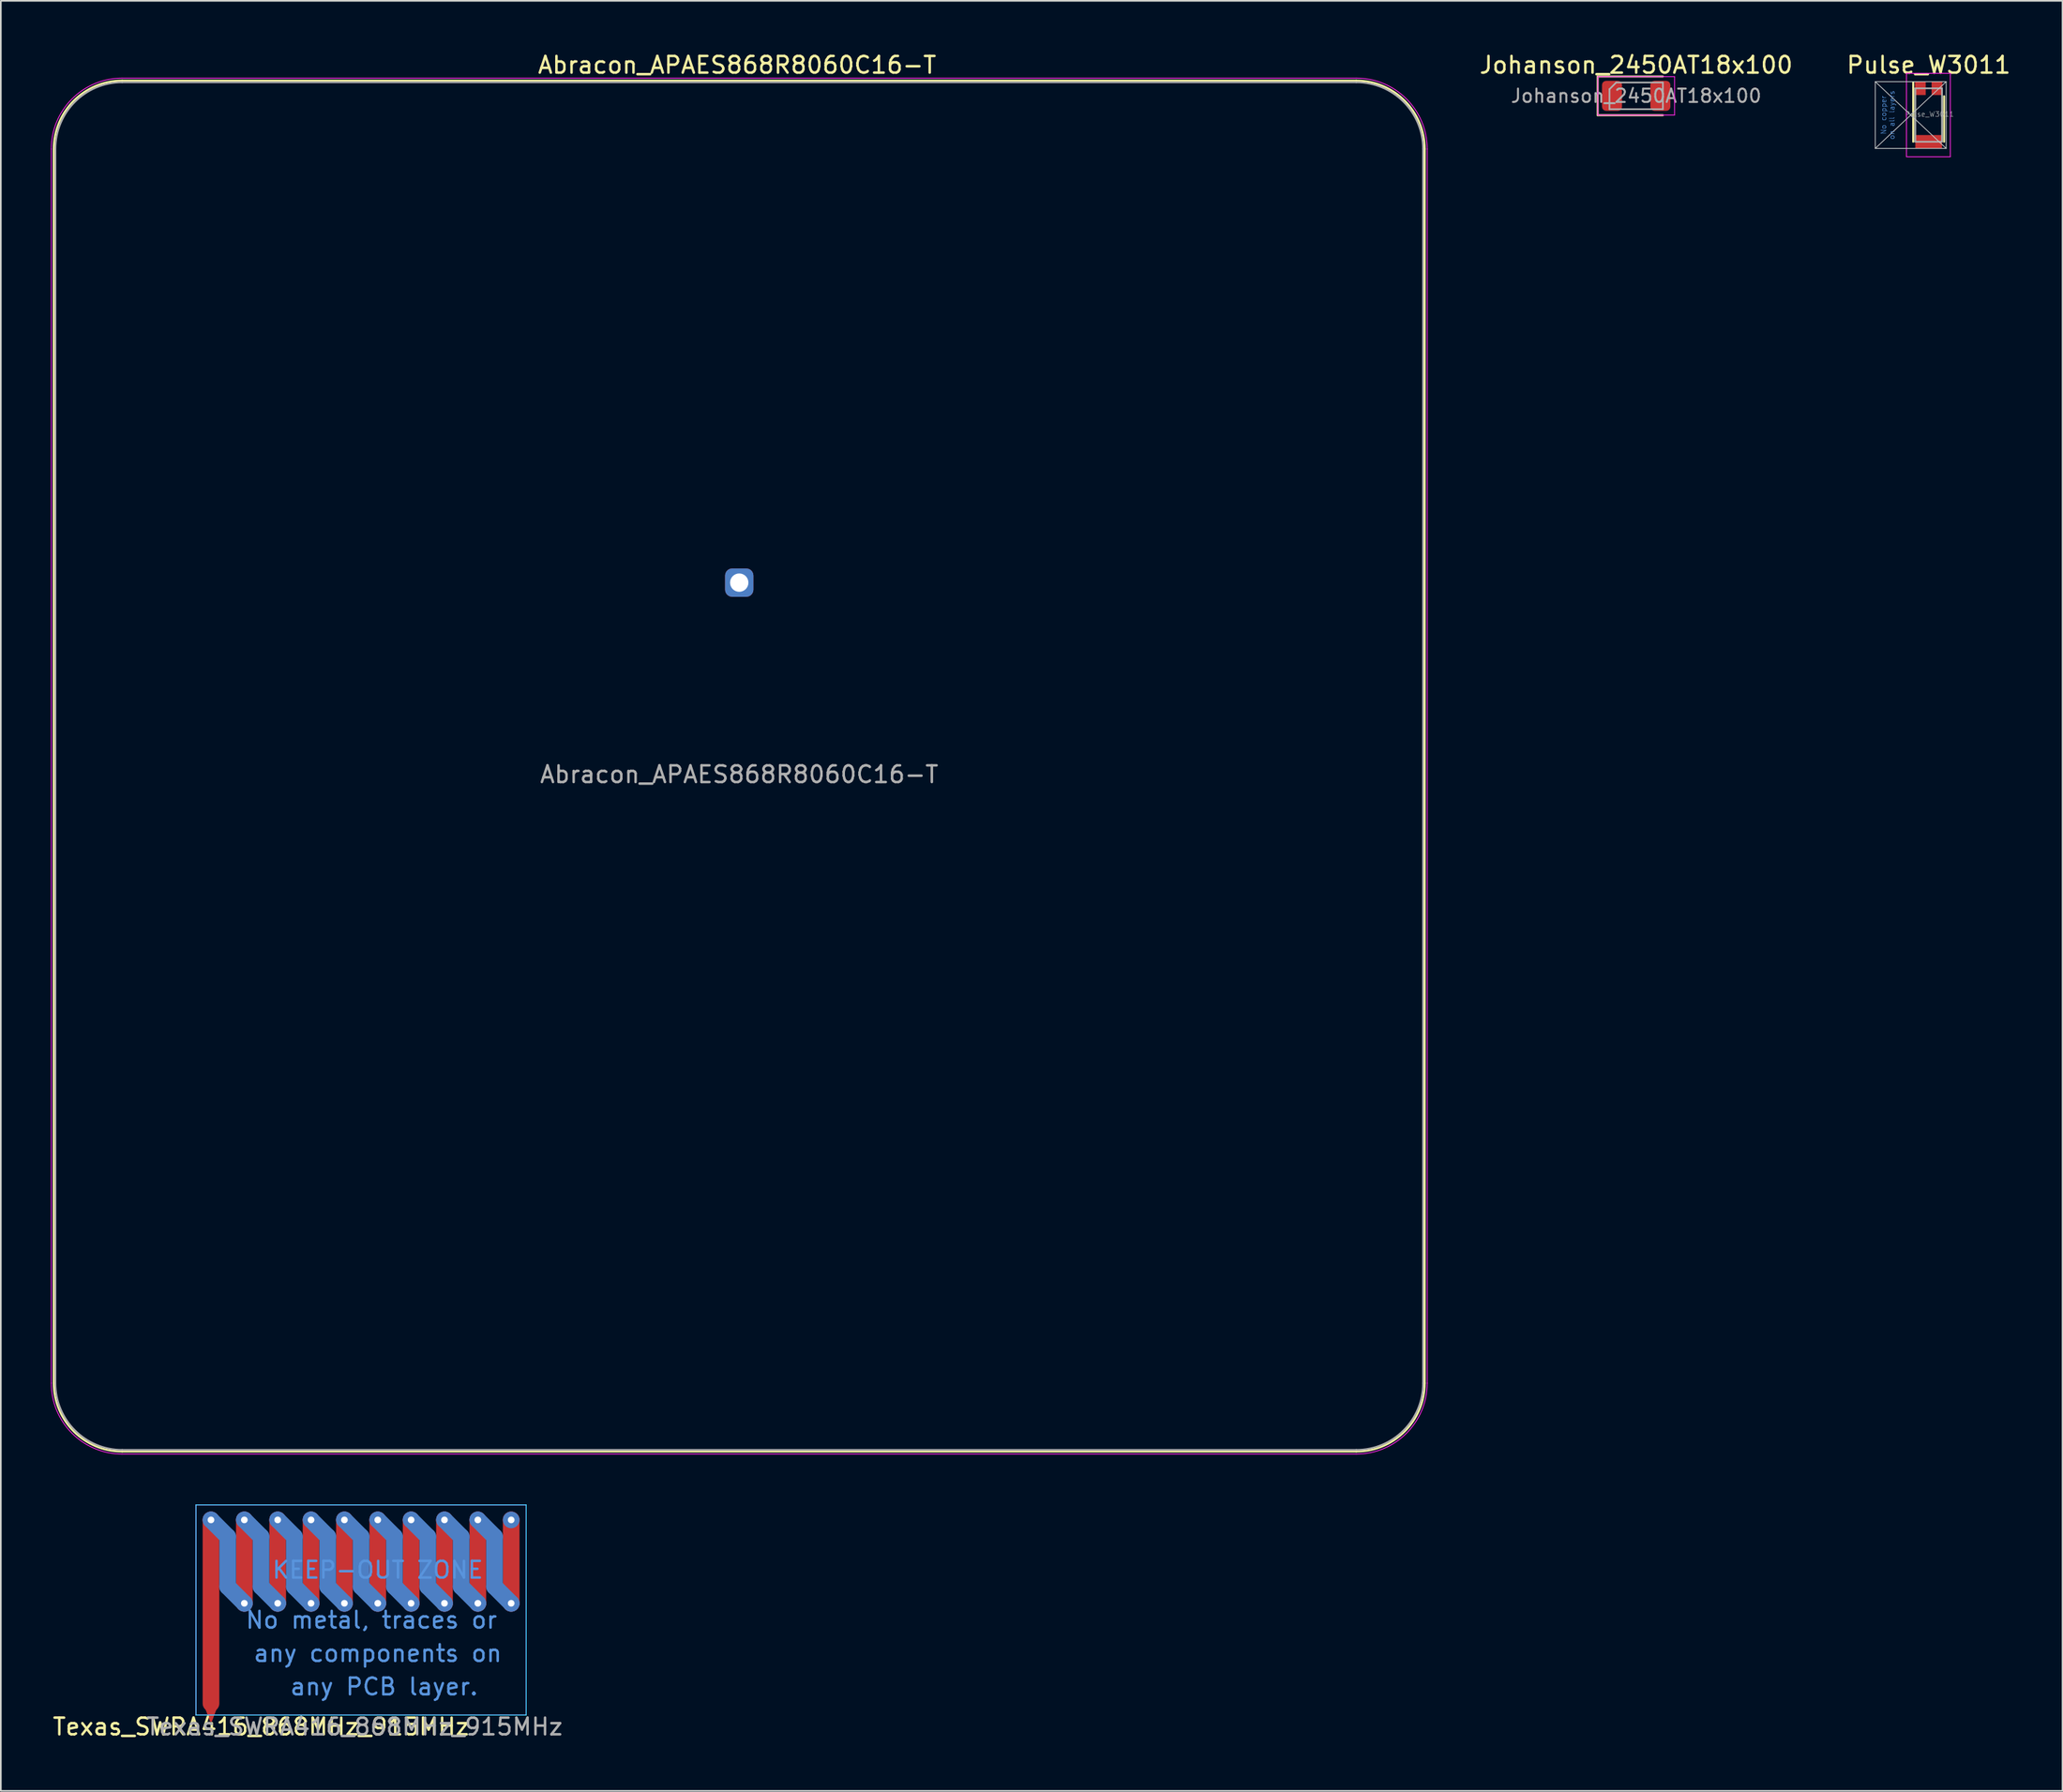
<source format=kicad_pcb>
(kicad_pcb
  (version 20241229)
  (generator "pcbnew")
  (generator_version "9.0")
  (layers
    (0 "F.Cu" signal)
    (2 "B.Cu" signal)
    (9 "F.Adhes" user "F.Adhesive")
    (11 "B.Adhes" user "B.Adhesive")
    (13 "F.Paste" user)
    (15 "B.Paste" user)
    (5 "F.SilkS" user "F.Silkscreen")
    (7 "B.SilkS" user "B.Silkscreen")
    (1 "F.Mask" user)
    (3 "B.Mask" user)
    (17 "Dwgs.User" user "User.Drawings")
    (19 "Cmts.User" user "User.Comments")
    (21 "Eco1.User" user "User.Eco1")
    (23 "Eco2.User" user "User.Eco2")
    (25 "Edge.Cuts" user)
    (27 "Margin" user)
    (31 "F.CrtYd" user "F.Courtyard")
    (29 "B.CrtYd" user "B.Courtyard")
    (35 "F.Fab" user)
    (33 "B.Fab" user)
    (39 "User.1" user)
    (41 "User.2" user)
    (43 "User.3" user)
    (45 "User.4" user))
  (footprint "Pulse_W3011"
    (layer "F.Cu")
    (at 112.592 3.848)
    (property "Reference" "Pulse_W3011" (at 0 -3 0) (layer "F.SilkS") (effects (font (size 1 1) (thickness 0.15))))
    (attr smd)
    (fp_line (start -0.925 1.6) (end -0.925 -1.95) (stroke (width 0.12) (type solid)) (layer "F.SilkS"))
    (fp_line (start 0.925 1.6) (end 0.925 -1.125) (stroke (width 0.12) (type solid)) (layer "F.SilkS"))
    (fp_line (start -3.2 -2) (end -3.2 2) (stroke (width 0.05) (type solid)) (layer "Dwgs.User"))
    (fp_line (start -3.2 -2) (end 1.05 2) (stroke (width 0.05) (type solid)) (layer "Dwgs.User"))
    (fp_line (start -3.2 2) (end 1.05 2) (stroke (width 0.05) (type solid)) (layer "Dwgs.User"))
    (fp_line (start 1.05 -2) (end -3.2 -2) (stroke (width 0.05) (type solid)) (layer "Dwgs.User"))
    (fp_line (start 1.05 -2) (end -3.2 2) (stroke (width 0.05) (type solid)) (layer "Dwgs.User"))
    (fp_line (start 1.05 2) (end 1.05 -2) (stroke (width 0.05) (type solid)) (layer "Dwgs.User"))
    (fp_line (start -1.33 -2.5) (end -1.33 2.5) (stroke (width 0.05) (type solid)) (layer "F.CrtYd"))
    (fp_line (start -1.33 -2.5) (end 1.3 -2.5) (stroke (width 0.05) (type solid)) (layer "F.CrtYd"))
    (fp_line (start -1.33 2.5) (end 1.3 2.5) (stroke (width 0.05) (type solid)) (layer "F.CrtYd"))
    (fp_line (start 1.3 -2.5) (end 1.3 2.5) (stroke (width 0.05) (type solid)) (layer "F.CrtYd"))
    (fp_line (start -0.8 -1.6) (end 0.8 -1.6) (stroke (width 0.1) (type solid)) (layer "F.Fab"))
    (fp_line (start -0.8 1.6) (end -0.8 -1.6) (stroke (width 0.1) (type solid)) (layer "F.Fab"))
    (fp_line (start -0.8 1.6) (end 0.8 1.6) (stroke (width 0.1) (type solid)) (layer "F.Fab"))
    (fp_line (start 0.8 1.6) (end 0.8 -1.6) (stroke (width 0.1) (type solid)) (layer "F.Fab"))
    (fp_text user "No copper" (at -2.7 0 90) (layer "Cmts.User") (effects (font (size 0.3 0.3) (thickness 0.03))))
    (fp_text user "on all layers" (at -2.2 0 90) (layer "Cmts.User") (effects (font (size 0.3 0.3) (thickness 0.03))))
    (fp_text user "${REFERENCE}" (at 0.05 -0.05 0) (layer "F.Fab") (effects (font (size 0.3 0.3) (thickness 0.03))))
    (pad "1" smd trapezoid (at -0.5 -1.6 90) (size 0.8 0.65) (layers "F.Cu" "F.Mask" "F.Paste"))
    (pad "2" smd trapezoid (at 0 1.6 90) (size 0.8 1.6) (layers "F.Cu" "F.Mask" "F.Paste"))
    (pad "2" smd trapezoid (at 0.5 -1.6 90) (size 0.8 0.65) (layers "F.Cu" "F.Mask" "F.Paste")))
  (footprint "Johanson_2450AT18x100"
    (layer "F.Cu")
    (at 95.056 2.698)
    (property "Reference" "Johanson_2450AT18x100" (at 0 -1.85 0) (layer "F.SilkS") (effects (font (size 1 1) (thickness 0.15))))
    (attr smd)
    (fp_line (start -2.31 -1.16) (end -2.31 1.16) (stroke (width 0.12) (type solid)) (layer "F.SilkS"))
    (fp_line (start -2.31 1.16) (end 1.6 1.16) (stroke (width 0.12) (type solid)) (layer "F.SilkS"))
    (fp_line (start 1.6 -1.16) (end -2.31 -1.16) (stroke (width 0.12) (type solid)) (layer "F.SilkS"))
    (fp_line (start -2.3 -1.15) (end 2.3 -1.15) (stroke (width 0.05) (type solid)) (layer "F.CrtYd"))
    (fp_line (start -2.3 1.15) (end -2.3 -1.15) (stroke (width 0.05) (type solid)) (layer "F.CrtYd"))
    (fp_line (start 2.3 -1.15) (end 2.3 1.15) (stroke (width 0.05) (type solid)) (layer "F.CrtYd"))
    (fp_line (start 2.3 1.15) (end -2.3 1.15) (stroke (width 0.05) (type solid)) (layer "F.CrtYd"))
    (fp_line (start -1.6 -0.4) (end -1.6 0.8) (stroke (width 0.1) (type solid)) (layer "F.Fab"))
    (fp_line (start -1.6 0.8) (end 1.6 0.8) (stroke (width 0.1) (type solid)) (layer "F.Fab"))
    (fp_line (start -1.2 -0.8) (end -1.6 -0.4) (stroke (width 0.1) (type solid)) (layer "F.Fab"))
    (fp_line (start 1.6 -0.8) (end -1.2 -0.8) (stroke (width 0.1) (type solid)) (layer "F.Fab"))
    (fp_line (start 1.6 0.8) (end 1.6 -0.8) (stroke (width 0.1) (type solid)) (layer "F.Fab"))
    (fp_text user "${REFERENCE}" (at 0 0 0) (layer "F.Fab") (effects (font (size 0.8 0.8) (thickness 0.12))))
    (pad "1" smd roundrect (at -1.45 0) (size 1.2 1.8) (layers "F.Cu" "F.Mask" "F.Paste") (roundrect_rratio 0.208))
    (pad "2" smd roundrect (at 1.45 0) (size 1.2 1.8) (layers "F.Cu" "F.Mask" "F.Paste") (roundrect_rratio 0.208)))
  (footprint "Texas_SWRA416_868MHz_915MHz"
    (layer "F.Cu")
    (at 18.601 93.885)
    (property "Reference" "Texas_SWRA416_868MHz_915MHz" (at -6 6.6 0) (layer "F.SilkS") (effects (font (size 1 1) (thickness 0.15))))
    (attr smd)
    (fp_line (start -9 5.2) (end -9 -5.8) (stroke (width 1) (type solid)) (layer "F.Cu"))
    (fp_line (start -7 -5.8) (end -7 -0.8) (stroke (width 1) (type solid)) (layer "F.Cu"))
    (fp_line (start -5 -5.8) (end -5 -0.8) (stroke (width 1) (type solid)) (layer "F.Cu"))
    (fp_line (start -3 -5.8) (end -3 -0.8) (stroke (width 1) (type solid)) (layer "F.Cu"))
    (fp_line (start -1 -5.8) (end -1 -0.8) (stroke (width 1) (type solid)) (layer "F.Cu"))
    (fp_line (start 1 -5.8) (end 1 -0.8) (stroke (width 1) (type solid)) (layer "F.Cu"))
    (fp_line (start 3 -5.8) (end 3 -0.8) (stroke (width 1) (type solid)) (layer "F.Cu"))
    (fp_line (start 5 -5.8) (end 5 -0.8) (stroke (width 1) (type solid)) (layer "F.Cu"))
    (fp_line (start 7 -5.8) (end 7 -0.8) (stroke (width 1) (type solid)) (layer "F.Cu"))
    (fp_line (start 9 -5.8) (end 9 -0.8) (stroke (width 1) (type solid)) (layer "F.Cu"))
    (fp_line (start -9 -5.8) (end -8 -4.8) (stroke (width 1) (type solid)) (layer "B.Cu"))
    (fp_line (start -8 -4.8) (end -8 -1.8) (stroke (width 1) (type solid)) (layer "B.Cu"))
    (fp_line (start -8 -1.8) (end -7 -0.8) (stroke (width 1) (type solid)) (layer "B.Cu"))
    (fp_line (start -7 -5.8) (end -6 -4.8) (stroke (width 1) (type solid)) (layer "B.Cu"))
    (fp_line (start -6 -4.8) (end -6 -1.8) (stroke (width 1) (type solid)) (layer "B.Cu"))
    (fp_line (start -6 -1.8) (end -5 -0.8) (stroke (width 1) (type solid)) (layer "B.Cu"))
    (fp_line (start -5 -5.8) (end -4 -4.8) (stroke (width 1) (type solid)) (layer "B.Cu"))
    (fp_line (start -4 -4.8) (end -4 -1.8) (stroke (width 1) (type solid)) (layer "B.Cu"))
    (fp_line (start -4 -1.8) (end -3 -0.8) (stroke (width 1) (type solid)) (layer "B.Cu"))
    (fp_line (start -3 -5.8) (end -2 -4.8) (stroke (width 1) (type solid)) (layer "B.Cu"))
    (fp_line (start -2 -4.8) (end -2 -1.8) (stroke (width 1) (type solid)) (layer "B.Cu"))
    (fp_line (start -2 -1.8) (end -1 -0.8) (stroke (width 1) (type solid)) (layer "B.Cu"))
    (fp_line (start -1 -5.8) (end 0 -4.8) (stroke (width 1) (type solid)) (layer "B.Cu"))
    (fp_line (start 0 -4.8) (end 0 -1.8) (stroke (width 1) (type solid)) (layer "B.Cu"))
    (fp_line (start 0 -1.8) (end 1 -0.8) (stroke (width 1) (type solid)) (layer "B.Cu"))
    (fp_line (start 1 -5.8) (end 2 -4.8) (stroke (width 1) (type solid)) (layer "B.Cu"))
    (fp_line (start 2 -4.8) (end 2 -1.8) (stroke (width 1) (type solid)) (layer "B.Cu"))
    (fp_line (start 2 -1.8) (end 3 -0.8) (stroke (width 1) (type solid)) (layer "B.Cu"))
    (fp_line (start 3 -5.8) (end 4 -4.8) (stroke (width 1) (type solid)) (layer "B.Cu"))
    (fp_line (start 4 -4.8) (end 4 -1.8) (stroke (width 1) (type solid)) (layer "B.Cu"))
    (fp_line (start 4 -1.8) (end 5 -0.8) (stroke (width 1) (type solid)) (layer "B.Cu"))
    (fp_line (start 5 -5.8) (end 6 -4.8) (stroke (width 1) (type solid)) (layer "B.Cu"))
    (fp_line (start 6 -4.8) (end 6 -1.8) (stroke (width 1) (type solid)) (layer "B.Cu"))
    (fp_line (start 6 -1.8) (end 7 -0.8) (stroke (width 1) (type solid)) (layer "B.Cu"))
    (fp_line (start 7 -5.8) (end 8 -4.8) (stroke (width 1) (type solid)) (layer "B.Cu"))
    (fp_line (start 8 -4.8) (end 8 -1.8) (stroke (width 1) (type solid)) (layer "B.Cu"))
    (fp_line (start 8 -1.8) (end 9 -0.8) (stroke (width 1) (type solid)) (layer "B.Cu"))
    (fp_line (start -9.9 -6.7) (end -9.9 5.9) (stroke (width 0.05) (type solid)) (layer "B.CrtYd"))
    (fp_line (start -9.9 5.9) (end 9.9 5.9) (stroke (width 0.05) (type solid)) (layer "B.CrtYd"))
    (fp_line (start 9.9 -6.7) (end -9.9 -6.7) (stroke (width 0.05) (type solid)) (layer "B.CrtYd"))
    (fp_line (start 9.9 5.9) (end 9.9 -6.7) (stroke (width 0.05) (type solid)) (layer "B.CrtYd"))
    (fp_line (start -9.9 -6.7) (end -9.9 5.9) (stroke (width 0.05) (type solid)) (layer "F.CrtYd"))
    (fp_line (start -9.9 5.9) (end 9.9 5.9) (stroke (width 0.05) (type solid)) (layer "F.CrtYd"))
    (fp_line (start 9.9 -6.7) (end -9.9 -6.7) (stroke (width 0.05) (type solid)) (layer "F.CrtYd"))
    (fp_line (start 9.9 5.9) (end 9.9 -6.7) (stroke (width 0.05) (type solid)) (layer "F.CrtYd"))
    (fp_text user "any components on" (at 1 2.2 0) (layer "Cmts.User") (effects (font (size 1 1) (thickness 0.15))))
    (fp_text user "No metal, traces or " (at 1 0.2 0) (layer "Cmts.User") (effects (font (size 1 1) (thickness 0.15))))
    (fp_text user " any PCB layer." (at 1 4.2 0) (layer "Cmts.User") (effects (font (size 1 1) (thickness 0.15))))
    (fp_text user "KEEP-OUT ZONE" (at 1 -2.8 0) (layer "Cmts.User") (effects (font (size 1 1) (thickness 0.15))))
    (fp_text user "${REFERENCE}" (at -0.4 6.6 0) (layer "F.Fab") (effects (font (size 1 1) (thickness 0.15))))
    (pad "" thru_hole circle (at -9 -5.8 180) (size 1 1) (drill 0.4) (layers "*.Cu"))
    (pad "" thru_hole circle (at -7 -5.8 180) (size 1 1) (drill 0.4) (layers "*.Cu"))
    (pad "" thru_hole circle (at -7 -0.8 180) (size 1 1) (drill 0.4) (layers "*.Cu"))
    (pad "" thru_hole circle (at -5 -5.8 180) (size 1 1) (drill 0.4) (layers "*.Cu"))
    (pad "" thru_hole circle (at -5 -0.8 180) (size 1 1) (drill 0.4) (layers "*.Cu"))
    (pad "" thru_hole circle (at -3 -5.8 180) (size 1 1) (drill 0.4) (layers "*.Cu"))
    (pad "" thru_hole circle (at -3 -0.8 180) (size 1 1) (drill 0.4) (layers "*.Cu"))
    (pad "" thru_hole circle (at -1 -5.8 180) (size 1 1) (drill 0.4) (layers "*.Cu"))
    (pad "" thru_hole circle (at -1 -0.8 180) (size 1 1) (drill 0.4) (layers "*.Cu"))
    (pad "" thru_hole circle (at 1 -5.8 180) (size 1 1) (drill 0.4) (layers "*.Cu"))
    (pad "" thru_hole circle (at 1 -0.8 180) (size 1 1) (drill 0.4) (layers "*.Cu"))
    (pad "" thru_hole circle (at 3 -5.8 180) (size 1 1) (drill 0.4) (layers "*.Cu"))
    (pad "" thru_hole circle (at 3 -0.8 180) (size 1 1) (drill 0.4) (layers "*.Cu"))
    (pad "" thru_hole circle (at 5 -5.8 180) (size 1 1) (drill 0.4) (layers "*.Cu"))
    (pad "" thru_hole circle (at 5 -0.8 180) (size 1 1) (drill 0.4) (layers "*.Cu"))
    (pad "" thru_hole circle (at 7 -5.8 180) (size 1 1) (drill 0.4) (layers "*.Cu"))
    (pad "" thru_hole circle (at 7 -0.8 180) (size 1 1) (drill 0.4) (layers "*.Cu"))
    (pad "" thru_hole circle (at 9 -5.8 180) (size 1 1) (drill 0.4) (layers "*.Cu"))
    (pad "" thru_hole circle (at 9 -0.8 180) (size 1 1) (drill 0.4) (layers "*.Cu"))
    (pad "1" smd trapezoid (at -9 5.9 180) (size 0.4 0.8) (rect_delta 0 0.3) (layers "F.Cu"))
    (zone (net_name "") (layer "F.Cu") (hatch full 0.508) (connect_pads) (min_thickness 0.254) (filled_areas_thickness no) (keepout (tracks allowed) (vias allowed) (pads allowed) (copperpour not_allowed) (footprints not_allowed)) (placement (enabled no)) (fill) (polygon (pts (xy 8.901 99.585) (xy 28.301 99.585) (xy 28.301 87.385) (xy 8.901 87.385)))))
  (footprint "Abracon_APAES868R8060C16-T"
    (layer "F.Cu")
    (at 41.275 31.885)
    (property "Reference" "Abracon_APAES868R8060C16-T" (at 0 11.5 0) (layer "F.Fab") (effects (font (size 1 1) (thickness 0.15))))
    (attr through_hole)
    (fp_line (start -41.1 48) (end -41.1 -26) (stroke (width 0.12) (type solid)) (layer "F.SilkS"))
    (fp_line (start -37 -30.1) (end 37 -30.1) (stroke (width 0.12) (type solid)) (layer "F.SilkS"))
    (fp_line (start 37 52.1) (end -37 52.1) (stroke (width 0.12) (type solid)) (layer "F.SilkS"))
    (fp_line (start 41.1 -26) (end 41.1 48) (stroke (width 0.12) (type solid)) (layer "F.SilkS"))
    (fp_arc (start -41.1 -26) (mid -39.899138 -28.899138) (end -37 -30.1) (stroke (width 0.12) (type solid)) (layer "F.SilkS"))
    (fp_arc (start -37 52.1) (mid -39.899138 50.899138) (end -41.1 48) (stroke (width 0.12) (type solid)) (layer "F.SilkS"))
    (fp_arc (start 37 -30.1) (mid 39.899138 -28.899138) (end 41.1 -26) (stroke (width 0.12) (type solid)) (layer "F.SilkS"))
    (fp_arc (start 41.1 48) (mid 39.899138 50.899138) (end 37 52.1) (stroke (width 0.12) (type solid)) (layer "F.SilkS"))
    (fp_line (start -41.25 48) (end -41.25 -26) (stroke (width 0.05) (type solid)) (layer "F.CrtYd"))
    (fp_line (start -37 -30.25) (end 37 -30.25) (stroke (width 0.05) (type solid)) (layer "F.CrtYd"))
    (fp_line (start 37 52.25) (end -37 52.25) (stroke (width 0.05) (type solid)) (layer "F.CrtYd"))
    (fp_line (start 41.25 -26) (end 41.25 48) (stroke (width 0.05) (type solid)) (layer "F.CrtYd"))
    (fp_arc (start -41.25 -26) (mid -40.005204 -29.005204) (end -37 -30.25) (stroke (width 0.05) (type solid)) (layer "F.CrtYd"))
    (fp_arc (start -37 52.25) (mid -40.005204 51.005204) (end -41.25 48) (stroke (width 0.05) (type solid)) (layer "F.CrtYd"))
    (fp_arc (start 37 -30.25) (mid 40.005204 -29.005204) (end 41.25 -26) (stroke (width 0.05) (type solid)) (layer "F.CrtYd"))
    (fp_arc (start 41.25 48) (mid 40.005204 51.005204) (end 37 52.25) (stroke (width 0.05) (type solid)) (layer "F.CrtYd"))
    (fp_line (start -41 48) (end -41 -26) (stroke (width 0.1) (type solid)) (layer "F.Fab"))
    (fp_line (start -37 -30) (end 37 -30) (stroke (width 0.1) (type solid)) (layer "F.Fab"))
    (fp_line (start 37 52) (end -37 52) (stroke (width 0.1) (type solid)) (layer "F.Fab"))
    (fp_line (start 41 -26) (end 41 48) (stroke (width 0.1) (type solid)) (layer "F.Fab"))
    (fp_arc (start -41 -26) (mid -39.828427 -28.828427) (end -37 -30) (stroke (width 0.1) (type solid)) (layer "F.Fab"))
    (fp_arc (start -37 52) (mid -39.828427 50.828427) (end -41 48) (stroke (width 0.1) (type solid)) (layer "F.Fab"))
    (fp_arc (start 37 -30) (mid 39.828427 -28.828427) (end 41 -26) (stroke (width 0.1) (type solid)) (layer "F.Fab"))
    (fp_arc (start 41 48) (mid 39.828427 50.828427) (end 37 52) (stroke (width 0.1) (type solid)) (layer "F.Fab"))
    (fp_text user "${REFERENCE}" (at -0.127 -31.037 0) (layer "F.SilkS") (effects (font (size 1 1) (thickness 0.15))))
    (pad "1" thru_hole roundrect (at 0 0) (size 1.7 1.7) (drill 1.1) (layers "*.Cu" "*.Mask") (roundrect_rratio 0.25)))
  (gr_rect
    (start -3 -3)
    (end 120.621 104.334)
    (stroke (width 0.1) (type default))
    (fill no)
    (layer "Edge.Cuts")))
</source>
